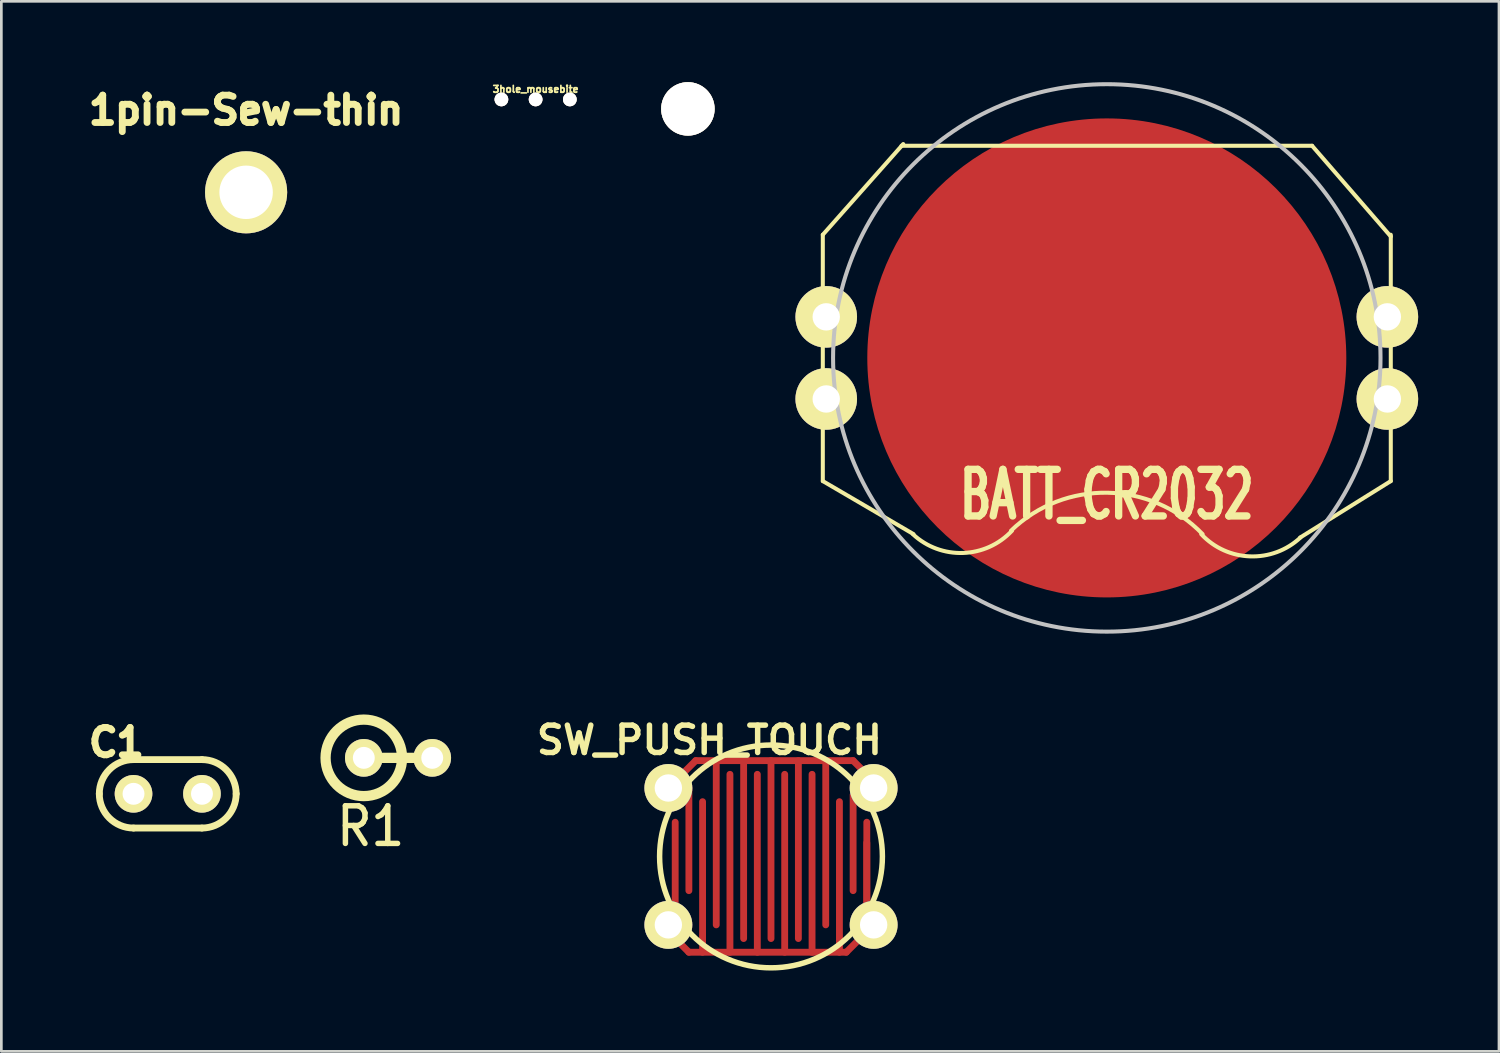
<source format=kicad_pcb>
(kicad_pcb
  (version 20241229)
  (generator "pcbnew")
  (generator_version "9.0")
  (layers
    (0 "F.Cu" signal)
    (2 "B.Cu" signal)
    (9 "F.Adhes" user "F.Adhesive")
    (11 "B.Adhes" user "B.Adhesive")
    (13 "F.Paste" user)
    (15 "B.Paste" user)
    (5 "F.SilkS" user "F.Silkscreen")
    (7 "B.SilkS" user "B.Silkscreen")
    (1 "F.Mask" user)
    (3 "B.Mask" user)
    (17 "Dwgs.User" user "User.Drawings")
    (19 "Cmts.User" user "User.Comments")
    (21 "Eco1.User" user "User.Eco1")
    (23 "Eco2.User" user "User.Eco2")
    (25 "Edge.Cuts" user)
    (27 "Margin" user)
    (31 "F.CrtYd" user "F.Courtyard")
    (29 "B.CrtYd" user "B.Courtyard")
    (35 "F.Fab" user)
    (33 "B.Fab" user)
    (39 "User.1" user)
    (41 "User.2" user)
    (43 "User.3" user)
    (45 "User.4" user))
  (footprint "078hole"
    (layer "F.Cu")
    (at 22.483 0.992)
    (property "Reference" "078hole" (at 0 -0.254 0) (layer "F.SilkS") (effects (font (size 0.254 0.254) (thickness 0.064))))
    (attr through_hole)
    (pad "" thru_hole circle (at 0 0) (size 1.984 1.984) (drill 1.984) (layers "*.Cu" "F.SilkS")))
  (footprint "R1"
    (layer "F.Cu")
    (at 11.724 25.08)
    (property "Reference" "R1" (at -1.016 2.54 0) (layer "F.SilkS") (effects (font (size 1.397 1.27) (thickness 0.203))))
    (attr through_hole)
    (fp_line (start -1.27 0) (end 1.27 0) (stroke (width 0.381) (type solid)) (layer "F.SilkS"))
    (fp_circle (center -1.27 0) (end -0.635 1.27) (stroke (width 0.381) (type solid)) (fill no) (layer "F.SilkS"))
    (pad "1" thru_hole circle (at -1.27 0) (size 1.397 1.397) (drill 0.813) (layers "*.Cu" "*.Mask" "F.SilkS"))
    (pad "2" thru_hole circle (at 1.27 0) (size 1.397 1.397) (drill 0.813) (layers "*.Cu" "*.Mask" "F.SilkS")))
  (footprint "BATT_CR2032"
    (layer "F.Cu")
    (at 38.032 10.235)
    (property "Reference" "BATT_CR2032" (at 0 5.08 0) (layer "F.SilkS") (effects (font (size 1.73 1.087) (thickness 0.272))))
    (attr through_hole)
    (fp_line (start -10.541 -4.572) (end -7.556 -7.938) (stroke (width 0.15) (type solid)) (layer "F.SilkS"))
    (fp_line (start -10.541 4.572) (end -10.541 -4.572) (stroke (width 0.15) (type solid)) (layer "F.SilkS"))
    (fp_line (start -7.62 -7.874) (end 7.62 -7.874) (stroke (width 0.15) (type solid)) (layer "F.SilkS"))
    (fp_line (start -7.176 6.54) (end -10.541 4.572) (stroke (width 0.15) (type solid)) (layer "F.SilkS"))
    (fp_line (start 7.176 6.668) (end 10.541 4.572) (stroke (width 0.15) (type solid)) (layer "F.SilkS"))
    (fp_line (start 7.62 -7.874) (end 10.541 -4.508) (stroke (width 0.15) (type solid)) (layer "F.SilkS"))
    (fp_line (start 10.541 4.572) (end 10.541 -4.572) (stroke (width 0.15) (type solid)) (layer "F.SilkS"))
    (fp_arc (start -3.556 6.4135) (mid 0.026303 5.004057) (end 3.556 6.5405) (stroke (width 0.15) (type solid)) (layer "F.SilkS"))
    (fp_arc (start -3.5179 6.4135) (mid -5.333097 7.239774) (end -7.2009 6.5405) (stroke (width 0.15) (type solid)) (layer "F.SilkS"))
    (fp_arc (start 7.1882 6.6675) (mid 5.320397 7.366774) (end 3.5052 6.5405) (stroke (width 0.15) (type solid)) (layer "F.SilkS"))
    (fp_circle (center 0 0) (end -10.16 0) (stroke (width 0.15) (type solid)) (fill no) (layer "Dwgs.User"))
    (pad "1" thru_hole circle (at -10.414 -1.524) (size 2.286 2.286) (drill 1.016) (layers "*.Cu" "*.Mask" "F.SilkS"))
    (pad "1" thru_hole circle (at -10.414 1.524) (size 2.286 2.286) (drill 1.016) (layers "*.Cu" "*.Mask" "F.SilkS"))
    (pad "1" thru_hole circle (at 10.414 -1.524) (size 2.286 2.286) (drill 1.016) (layers "*.Cu" "*.Mask" "F.SilkS"))
    (pad "1" thru_hole circle (at 10.414 1.524) (size 2.286 2.286) (drill 1.016) (layers "*.Cu" "*.Mask" "F.SilkS"))
    (pad "2" smd circle (at 0 0) (size 17.78 17.78) (layers "F.Cu" "F.Mask" "F.Paste")))
  (footprint "C1"
    (layer "F.Cu")
    (at 3.176 26.415)
    (property "Reference" "C1" (at -1.905 -1.905 0) (layer "F.SilkS") (effects (font (size 1.016 1.016) (thickness 0.254))))
    (attr through_hole)
    (fp_line (start -1.27 -1.27) (end 1.27 -1.27) (stroke (width 0.254) (type solid)) (layer "F.SilkS"))
    (fp_line (start -1.27 1.27) (end 1.27 1.27) (stroke (width 0.254) (type solid)) (layer "F.SilkS"))
    (fp_arc (start -2.54 0) (mid -2.168026 -0.898026) (end -1.27 -1.27) (stroke (width 0.254) (type solid)) (layer "F.SilkS"))
    (fp_arc (start -1.27 1.27) (mid -2.168026 0.898026) (end -2.54 0) (stroke (width 0.254) (type solid)) (layer "F.SilkS"))
    (fp_arc (start 1.27 -1.27) (mid 2.168026 -0.898026) (end 2.54 0) (stroke (width 0.254) (type solid)) (layer "F.SilkS"))
    (fp_arc (start 2.54 0) (mid 2.168026 0.898026) (end 1.27 1.27) (stroke (width 0.254) (type solid)) (layer "F.SilkS"))
    (pad "1" thru_hole circle (at -1.27 0) (size 1.397 1.397) (drill 0.813) (layers "*.Cu" "*.Mask" "F.SilkS"))
    (pad "2" thru_hole circle (at 1.27 0) (size 1.397 1.397) (drill 0.813) (layers "*.Cu" "*.Mask" "F.SilkS")))
  (footprint "SW_PUSH_TOUCH"
    (layer "F.Cu")
    (at 25.568 28.739)
    (property "Reference" "SW_PUSH_TOUCH" (at -2.286 -4.318 0) (layer "F.SilkS") (effects (font (size 1.016 1.016) (thickness 0.203))))
    (attr through_hole)
    (fp_line (start -3.556 2.032) (end -3.556 -1.27) (stroke (width 0.254) (type solid)) (layer "F.Cu"))
    (fp_line (start -3.556 3.048) (end -3.048 3.556) (stroke (width 0.254) (type solid)) (layer "F.Cu"))
    (fp_line (start -3.302 -3.048) (end -2.794 -3.556) (stroke (width 0.254) (type solid)) (layer "F.Cu"))
    (fp_line (start -3.048 -2.54) (end -3.048 1.27) (stroke (width 0.254) (type solid)) (layer "F.Cu"))
    (fp_line (start -3.048 3.556) (end 2.794 3.556) (stroke (width 0.254) (type solid)) (layer "F.Cu"))
    (fp_line (start -2.794 -3.556) (end 3.048 -3.556) (stroke (width 0.254) (type solid)) (layer "F.Cu"))
    (fp_line (start -2.54 3.556) (end -2.54 -2.032) (stroke (width 0.254) (type solid)) (layer "F.Cu"))
    (fp_line (start -2.032 -3.556) (end -2.032 2.54) (stroke (width 0.254) (type solid)) (layer "F.Cu"))
    (fp_line (start -1.524 3.556) (end -1.524 -3.048) (stroke (width 0.254) (type solid)) (layer "F.Cu"))
    (fp_line (start -1.016 -3.556) (end -1.016 3.048) (stroke (width 0.254) (type solid)) (layer "F.Cu"))
    (fp_line (start -0.508 3.556) (end -0.508 -3.048) (stroke (width 0.254) (type solid)) (layer "F.Cu"))
    (fp_line (start 0 -3.556) (end 0 3.048) (stroke (width 0.254) (type solid)) (layer "F.Cu"))
    (fp_line (start 0.508 3.556) (end 0.508 -3.048) (stroke (width 0.254) (type solid)) (layer "F.Cu"))
    (fp_line (start 1.016 -3.556) (end 1.016 3.048) (stroke (width 0.254) (type solid)) (layer "F.Cu"))
    (fp_line (start 1.524 3.556) (end 1.524 -3.048) (stroke (width 0.254) (type solid)) (layer "F.Cu"))
    (fp_line (start 2.032 -3.556) (end 2.032 2.54) (stroke (width 0.254) (type solid)) (layer "F.Cu"))
    (fp_line (start 2.54 3.556) (end 2.54 -2.032) (stroke (width 0.254) (type solid)) (layer "F.Cu"))
    (fp_line (start 2.794 3.556) (end 3.302 3.048) (stroke (width 0.254) (type solid)) (layer "F.Cu"))
    (fp_line (start 3.048 -3.556) (end 3.556 -3.048) (stroke (width 0.254) (type solid)) (layer "F.Cu"))
    (fp_line (start 3.048 -2.286) (end 3.048 1.27) (stroke (width 0.254) (type solid)) (layer "F.Cu"))
    (fp_line (start 3.556 2.032) (end 3.556 -1.27) (stroke (width 0.254) (type solid)) (layer "F.Cu"))
    (fp_line (start 3.556 2.032) (end 3.556 -0.508) (stroke (width 0.254) (type solid)) (layer "F.Cu"))
    (fp_circle (center 0 0) (end -4.064 -0.762) (stroke (width 0.203) (type solid)) (fill no) (layer "F.SilkS"))
    (pad "" smd circle (at 0 0) (size 7.62 7.62) (layers "F.Mask" "F.Paste"))
    (pad "1" thru_hole circle (at -3.81 -2.54) (size 1.778 1.778) (drill 1.016) (layers "*.Cu" "*.Mask" "F.SilkS"))
    (pad "1" thru_hole circle (at 3.81 -2.54) (size 1.778 1.778) (drill 1.016) (layers "*.Cu" "*.Mask" "F.SilkS"))
    (pad "2" thru_hole circle (at -3.81 2.54) (size 1.778 1.778) (drill 1.016) (layers "*.Cu" "*.Mask" "F.SilkS"))
    (pad "2" thru_hole circle (at 3.81 2.54) (size 1.778 1.778) (drill 1.016) (layers "*.Cu" "*.Mask" "F.SilkS")))
  (footprint "3hole_mousebite"
    (layer "F.Cu")
    (at 16.831 1.022)
    (property "Reference" "3hole_mousebite" (at 0 -0.762 0) (layer "F.SilkS") (effects (font (size 0.254 0.254) (thickness 0.064))))
    (attr through_hole)
    (pad "" thru_hole circle (at 0 -0.381) (size 0.508 0.508) (drill 0.508) (layers "*.Cu" "*.Mask" "F.SilkS"))
    (pad "1" thru_hole circle (at -1.27 -0.381) (size 0.508 0.508) (drill 0.508) (layers "*.Cu" "*.Mask" "F.SilkS"))
    (pad "2" thru_hole circle (at 1.27 -0.381) (size 0.508 0.508) (drill 0.508) (layers "*.Cu" "*.Mask" "F.SilkS")))
  (footprint "1pin-Sew-thin"
    (layer "F.Cu")
    (at 6.085 4.088)
    (property "Reference" "1pin-Sew-thin" (at 0 -3.048 0) (layer "F.SilkS") (effects (font (size 1.016 1.016) (thickness 0.254))))
    (attr through_hole)
    (pad "1" thru_hole circle (at 0 0) (size 3.048 3.048) (drill 1.984) (layers "*.Cu" "*.Mask" "F.SilkS")))
  (gr_rect
    (start -3 -3)
    (end 52.589 35.975)
    (stroke (width 0.1) (type default))
    (fill no)
    (layer "Edge.Cuts")))
</source>
